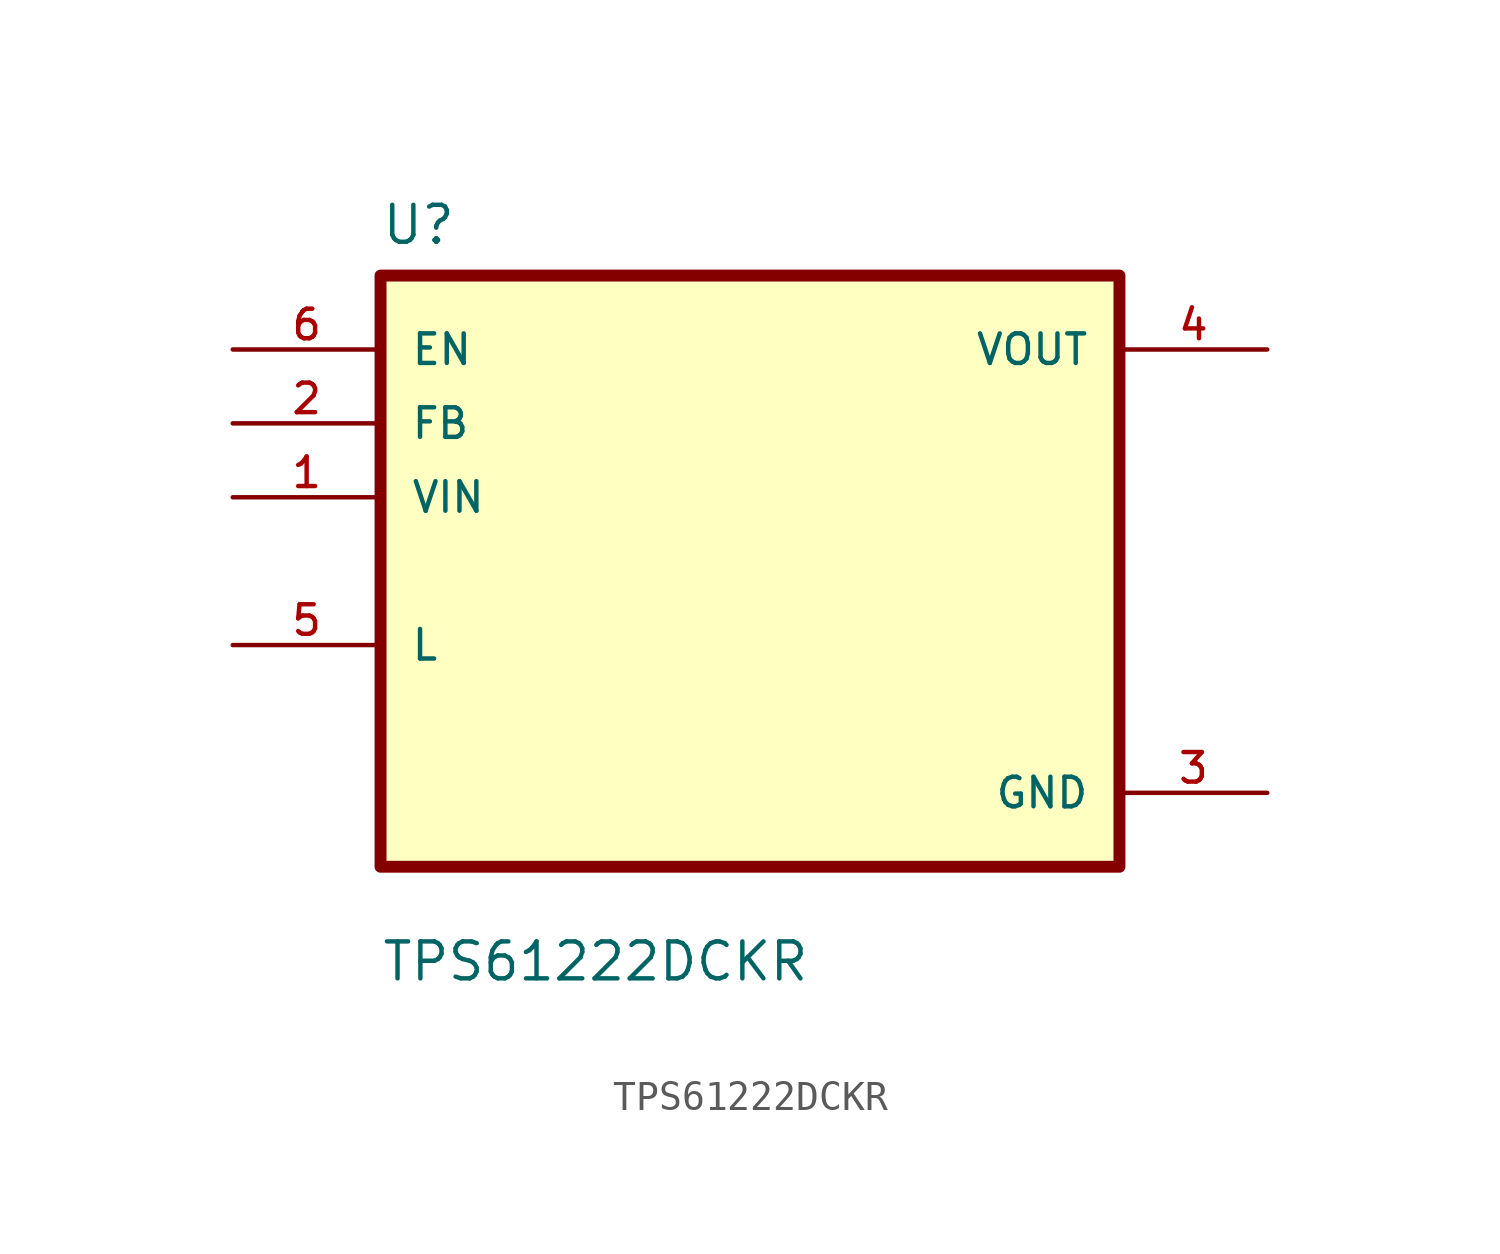
<source format=kicad_sym>
(kicad_symbol_lib
  (version 20211014)
  (generator kicad_symbol_editor)
  (symbol "TPS61222DCKR"
    (pin_names
      (offset 1.016))
    (property "Reference" "U"
      (at -12.7 11.16 0.0)
      (effects (font (size 1.27 1.27)) (justify bottom left)))
    (property "Value" "TPS61222DCKR"
      (at -12.7 -14.16 0.0)
      (effects (font (size 1.27 1.27)) (justify bottom left)))
    (symbol "TPS61222DCKR_0_0"
      (rectangle (start -12.7 -10.16) (end 12.7 10.16) (stroke (width 0.41)) (fill (type background)))
      (pin input line (at -17.78 7.62 0) (length 5.08) (name "EN" (effects (font (size 1.016 1.016)))) (number "6" (effects (font (size 1.016 1.016)))))
      (pin input line (at -17.78 5.08 0) (length 5.08) (name "FB" (effects (font (size 1.016 1.016)))) (number "2" (effects (font (size 1.016 1.016)))))
      (pin input line (at -17.78 2.54 0) (length 5.08) (name "VIN" (effects (font (size 1.016 1.016)))) (number "1" (effects (font (size 1.016 1.016)))))
      (pin bidirectional line (at -17.78 -2.54 0) (length 5.08) (name "L" (effects (font (size 1.016 1.016)))) (number "5" (effects (font (size 1.016 1.016)))))
      (pin output line (at 17.78 7.62 180.0) (length 5.08) (name "VOUT" (effects (font (size 1.016 1.016)))) (number "4" (effects (font (size 1.016 1.016)))))
      (pin power_in line (at 17.78 -7.62 180.0) (length 5.08) (name "GND" (effects (font (size 1.016 1.016)))) (number "3" (effects (font (size 1.016 1.016))))))))
</source>
